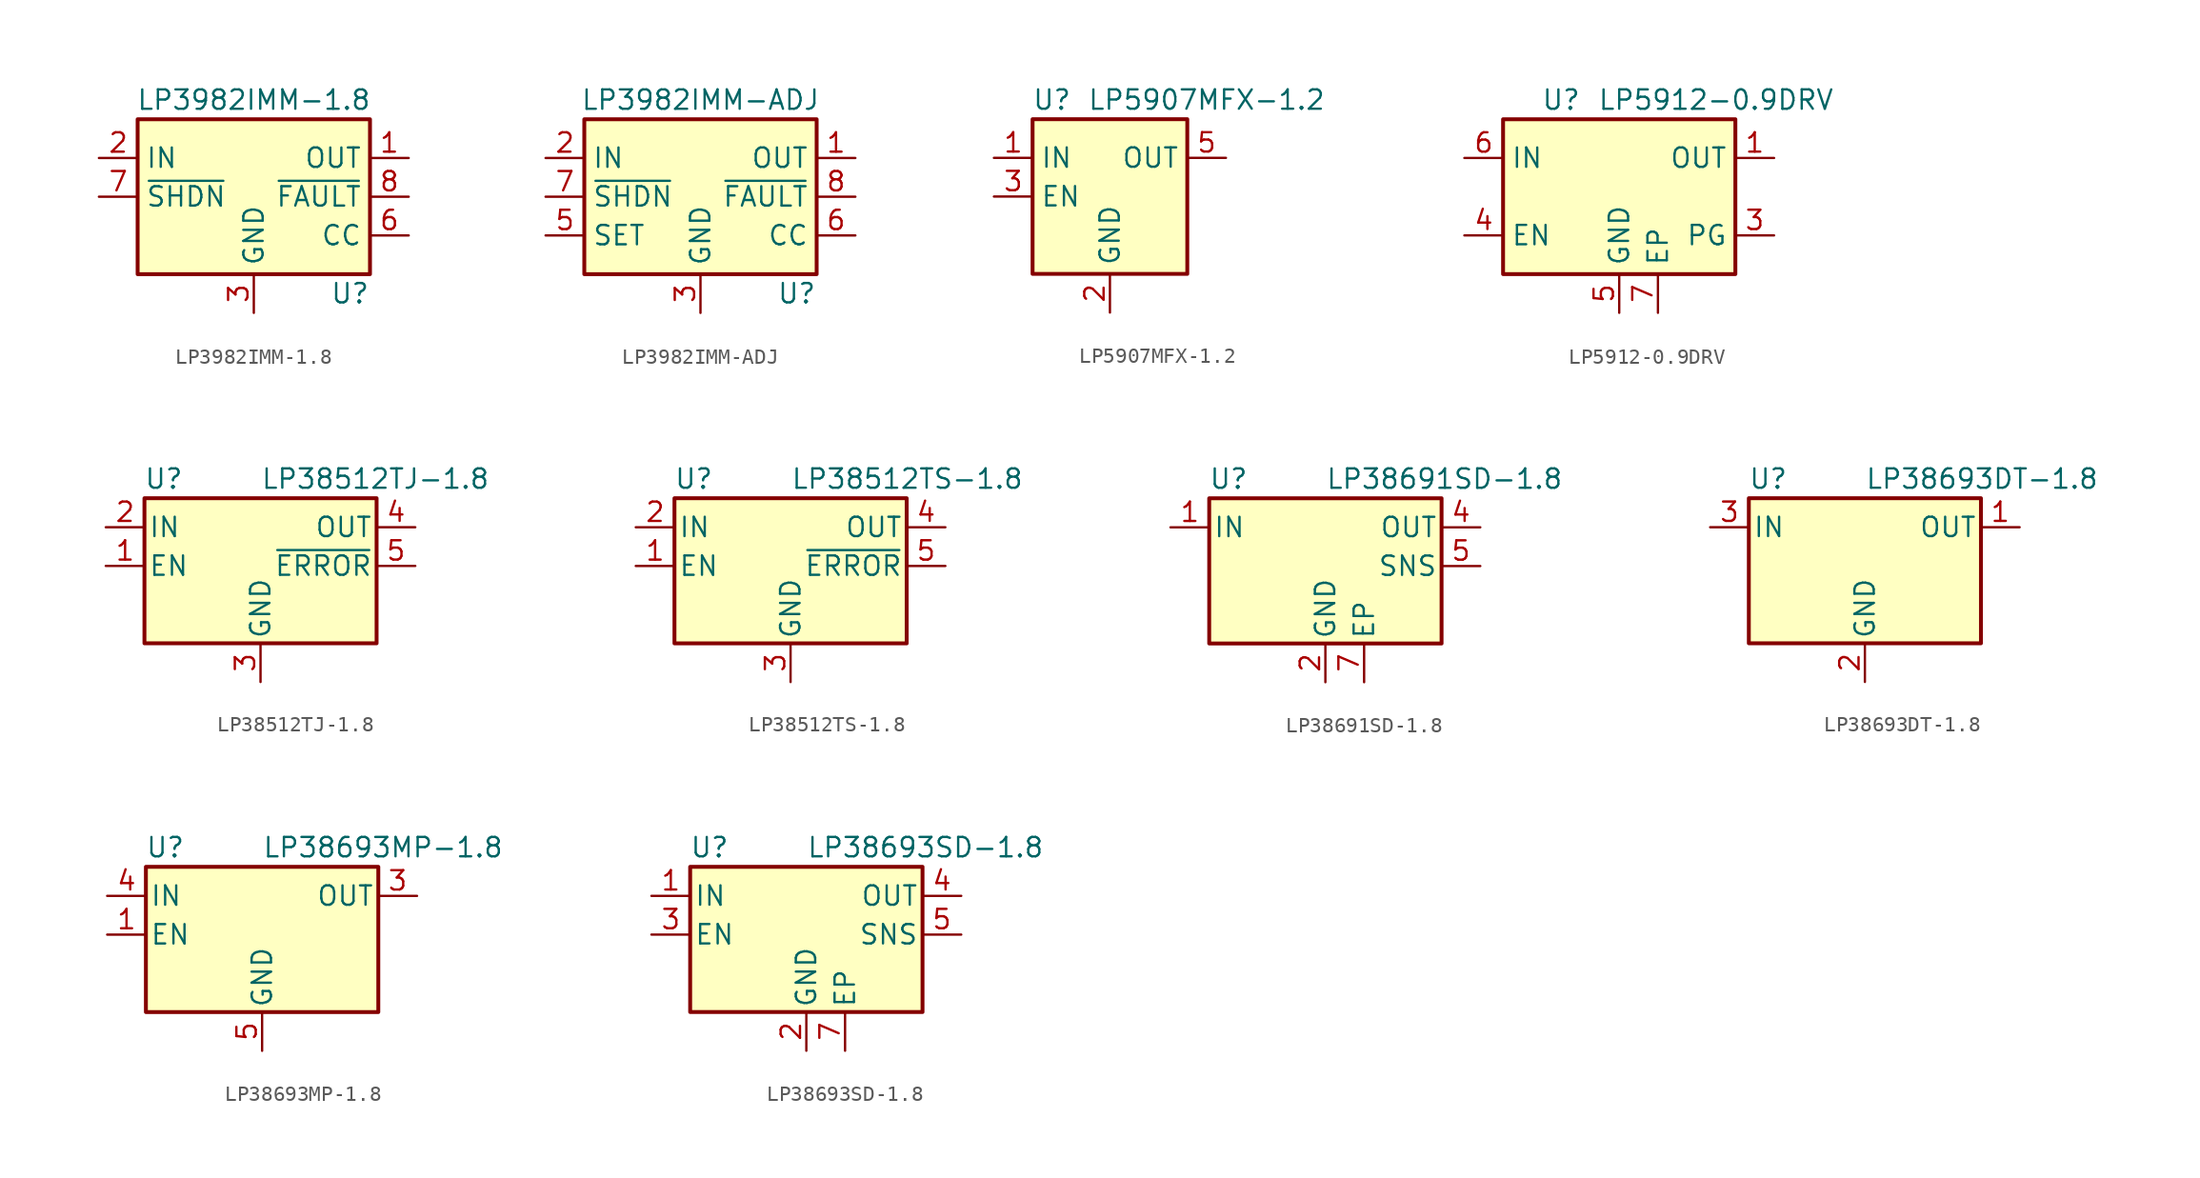
<source format=kicad_sym>
(kicad_symbol_lib
  (version 20241209)
  (generator "kicad_symbol_editor")
  (generator_version "9.0")
  (symbol "LP3982IMM-1.8"
    (property "Reference" "U"
      (at 7.62 -6.35 0)
      (effects (font (size 1.27 1.27)) (justify right)))
    (property "Value" "LP3982IMM-1.8"
      (at 0 6.35 0)
      (effects (font (size 1.27 1.27))))
    (symbol "LP3982IMM-1.8_0_1"
      (rectangle (start -7.62 5.08) (end 7.62 -5.08) (stroke (width 0.254) (type default)) (fill (type background))))
    (symbol "LP3982IMM-1.8_1_1"
      (pin power_in line (at -10.16 2.54 0) (length 2.54) (name "IN" (effects (font (size 1.27 1.27)))) (number "2" (effects (font (size 1.27 1.27)))))
      (pin input line (at -10.16 0 0) (length 2.54) (name "~{SHDN}" (effects (font (size 1.27 1.27)))) (number "7" (effects (font (size 1.27 1.27)))))
      (pin no_connect line (at -7.62 -2.54 0) (length 2.54) (hide yes) (name "NC" (effects (font (size 1.27 1.27)))) (number "5" (effects (font (size 1.27 1.27)))))
      (pin power_in line (at 0 -7.62 90) (length 2.54) (name "GND" (effects (font (size 1.27 1.27)))) (number "3" (effects (font (size 1.27 1.27)))))
      (pin power_out line (at 10.16 2.54 180) (length 2.54) (name "OUT" (effects (font (size 1.27 1.27)))) (number "1" (effects (font (size 1.27 1.27)))))
      (pin passive line (at 10.16 2.54 180) (length 2.54) (hide yes) (name "OUT" (effects (font (size 1.27 1.27)))) (number "4" (effects (font (size 1.27 1.27)))))
      (pin open_collector line (at 10.16 0 180) (length 2.54) (name "~{FAULT}" (effects (font (size 1.27 1.27)))) (number "8" (effects (font (size 1.27 1.27)))))
      (pin passive line (at 10.16 -2.54 180) (length 2.54) (name "CC" (effects (font (size 1.27 1.27)))) (number "6" (effects (font (size 1.27 1.27)))))))
  (symbol "LP3982IMM-ADJ"
    (property "Reference" "U"
      (at 7.62 -6.35 0)
      (effects (font (size 1.27 1.27)) (justify right)))
    (property "Value" "LP3982IMM-ADJ"
      (at 0 6.35 0)
      (effects (font (size 1.27 1.27))))
    (symbol "LP3982IMM-ADJ_0_1"
      (rectangle (start -7.62 5.08) (end 7.62 -5.08) (stroke (width 0.254) (type default)) (fill (type background))))
    (symbol "LP3982IMM-ADJ_1_1"
      (pin power_in line (at -10.16 2.54 0) (length 2.54) (name "IN" (effects (font (size 1.27 1.27)))) (number "2" (effects (font (size 1.27 1.27)))))
      (pin input line (at -10.16 0 0) (length 2.54) (name "~{SHDN}" (effects (font (size 1.27 1.27)))) (number "7" (effects (font (size 1.27 1.27)))))
      (pin passive line (at -10.16 -2.54 0) (length 2.54) (name "SET" (effects (font (size 1.27 1.27)))) (number "5" (effects (font (size 1.27 1.27)))))
      (pin power_in line (at 0 -7.62 90) (length 2.54) (name "GND" (effects (font (size 1.27 1.27)))) (number "3" (effects (font (size 1.27 1.27)))))
      (pin power_out line (at 10.16 2.54 180) (length 2.54) (name "OUT" (effects (font (size 1.27 1.27)))) (number "1" (effects (font (size 1.27 1.27)))))
      (pin passive line (at 10.16 2.54 180) (length 2.54) (hide yes) (name "OUT" (effects (font (size 1.27 1.27)))) (number "4" (effects (font (size 1.27 1.27)))))
      (pin open_collector line (at 10.16 0 180) (length 2.54) (name "~{FAULT}" (effects (font (size 1.27 1.27)))) (number "8" (effects (font (size 1.27 1.27)))))
      (pin passive line (at 10.16 -2.54 180) (length 2.54) (name "CC" (effects (font (size 1.27 1.27)))) (number "6" (effects (font (size 1.27 1.27)))))))
  (symbol "LP5907MFX-1.2"
    (property "Reference" "U"
      (at -3.81 6.35 0)
      (effects (font (size 1.27 1.27))))
    (property "Value" "LP5907MFX-1.2"
      (at 6.35 6.35 0)
      (effects (font (size 1.27 1.27))))
    (symbol "LP5907MFX-1.2_0_1"
      (rectangle (start -5.08 -5.08) (end 5.08 5.08) (stroke (width 0.254) (type default)) (fill (type background)))
      (pin power_in line (at -7.62 2.54 0) (length 2.54) (name "IN" (effects (font (size 1.27 1.27)))) (number "1" (effects (font (size 1.27 1.27)))))
      (pin input line (at -7.62 0 0) (length 2.54) (name "EN" (effects (font (size 1.27 1.27)))) (number "3" (effects (font (size 1.27 1.27)))))
      (pin power_in line (at 0 -7.62 90) (length 2.54) (name "GND" (effects (font (size 1.27 1.27)))) (number "2" (effects (font (size 1.27 1.27)))))
      (pin no_connect line (at 5.08 0 180) (length 2.54) (hide yes) (name "NC" (effects (font (size 1.27 1.27)))) (number "4" (effects (font (size 1.27 1.27)))))
      (pin power_out line (at 7.62 2.54 180) (length 2.54) (name "OUT" (effects (font (size 1.27 1.27)))) (number "5" (effects (font (size 1.27 1.27)))))))
  (symbol "LP5912-0.9DRV"
    (property "Reference" "U"
      (at -3.81 6.35 0)
      (effects (font (size 1.27 1.27))))
    (property "Value" "LP5912-0.9DRV"
      (at 6.35 6.35 0)
      (effects (font (size 1.27 1.27))))
    (symbol "LP5912-0.9DRV_0_1"
      (rectangle (start -7.62 -5.08) (end 7.62 5.08) (stroke (width 0.254) (type default)) (fill (type background)))
      (pin power_in line (at -10.16 2.54 0) (length 2.54) (name "IN" (effects (font (size 1.27 1.27)))) (number "6" (effects (font (size 1.27 1.27)))))
      (pin input line (at -10.16 -2.54 0) (length 2.54) (name "EN" (effects (font (size 1.27 1.27)))) (number "4" (effects (font (size 1.27 1.27)))))
      (pin power_in line (at 0 -7.62 90) (length 2.54) (name "GND" (effects (font (size 1.27 1.27)))) (number "5" (effects (font (size 1.27 1.27)))))
      (pin no_connect line (at 7.62 0 180) (length 2.54) (hide yes) (name "NC" (effects (font (size 1.27 1.27)))) (number "2" (effects (font (size 1.27 1.27)))))
      (pin power_out line (at 10.16 2.54 180) (length 2.54) (name "OUT" (effects (font (size 1.27 1.27)))) (number "1" (effects (font (size 1.27 1.27))))))
    (symbol "LP5912-0.9DRV_1_1"
      (pin passive line (at 2.54 -7.62 90) (length 2.54) (name "EP" (effects (font (size 1.27 1.27)))) (number "7" (effects (font (size 1.27 1.27)))))
      (pin open_collector line (at 10.16 -2.54 180) (length 2.54) (name "PG" (effects (font (size 1.27 1.27)))) (number "3" (effects (font (size 1.27 1.27)))))))
  (symbol "LP38512TJ-1.8"
    (pin_names
      (offset 0.254))
    (property "Reference" "U"
      (at -6.35 5.715 0)
      (effects (font (size 1.27 1.27))))
    (property "Value" "LP38512TJ-1.8"
      (at 0 5.715 0)
      (effects (font (size 1.27 1.27)) (justify left)))
    (symbol "LP38512TJ-1.8_0_1"
      (rectangle (start -7.62 -5.08) (end 7.62 4.445) (stroke (width 0.254) (type default)) (fill (type background))))
    (symbol "LP38512TJ-1.8_1_1"
      (pin power_in line (at -10.16 2.54 0) (length 2.54) (name "IN" (effects (font (size 1.27 1.27)))) (number "2" (effects (font (size 1.27 1.27)))))
      (pin input line (at -10.16 0 0) (length 2.54) (name "EN" (effects (font (size 1.27 1.27)))) (number "1" (effects (font (size 1.27 1.27)))))
      (pin power_in line (at 0 -7.62 90) (length 2.54) (name "GND" (effects (font (size 1.27 1.27)))) (number "3" (effects (font (size 1.27 1.27)))))
      (pin passive line (at 0 -7.62 90) (length 2.54) (hide yes) (name "GND" (effects (font (size 1.27 1.27)))) (number "6" (effects (font (size 1.27 1.27)))))
      (pin power_out line (at 10.16 2.54 180) (length 2.54) (name "OUT" (effects (font (size 1.27 1.27)))) (number "4" (effects (font (size 1.27 1.27)))))
      (pin open_collector line (at 10.16 0 180) (length 2.54) (name "~{ERROR}" (effects (font (size 1.27 1.27)))) (number "5" (effects (font (size 1.27 1.27)))))))
  (symbol "LP38512TS-1.8"
    (pin_names
      (offset 0.254))
    (property "Reference" "U"
      (at -6.35 5.715 0)
      (effects (font (size 1.27 1.27))))
    (property "Value" "LP38512TS-1.8"
      (at 0 5.715 0)
      (effects (font (size 1.27 1.27)) (justify left)))
    (symbol "LP38512TS-1.8_0_1"
      (rectangle (start -7.62 -5.08) (end 7.62 4.445) (stroke (width 0.254) (type default)) (fill (type background))))
    (symbol "LP38512TS-1.8_1_1"
      (pin power_in line (at -10.16 2.54 0) (length 2.54) (name "IN" (effects (font (size 1.27 1.27)))) (number "2" (effects (font (size 1.27 1.27)))))
      (pin input line (at -10.16 0 0) (length 2.54) (name "EN" (effects (font (size 1.27 1.27)))) (number "1" (effects (font (size 1.27 1.27)))))
      (pin power_in line (at 0 -7.62 90) (length 2.54) (name "GND" (effects (font (size 1.27 1.27)))) (number "3" (effects (font (size 1.27 1.27)))))
      (pin passive line (at 0 -7.62 90) (length 2.54) (hide yes) (name "GND" (effects (font (size 1.27 1.27)))) (number "6" (effects (font (size 1.27 1.27)))))
      (pin power_out line (at 10.16 2.54 180) (length 2.54) (name "OUT" (effects (font (size 1.27 1.27)))) (number "4" (effects (font (size 1.27 1.27)))))
      (pin open_collector line (at 10.16 0 180) (length 2.54) (name "~{ERROR}" (effects (font (size 1.27 1.27)))) (number "5" (effects (font (size 1.27 1.27)))))))
  (symbol "LP38691SD-1.8"
    (pin_names
      (offset 0.254))
    (property "Reference" "U"
      (at -6.35 5.715 0)
      (effects (font (size 1.27 1.27))))
    (property "Value" "LP38691SD-1.8"
      (at 0 5.715 0)
      (effects (font (size 1.27 1.27)) (justify left)))
    (symbol "LP38691SD-1.8_0_1"
      (rectangle (start -7.62 -5.08) (end 7.62 4.445) (stroke (width 0.254) (type default)) (fill (type background))))
    (symbol "LP38691SD-1.8_1_1"
      (pin power_in line (at -10.16 2.54 0) (length 2.54) (name "IN" (effects (font (size 1.27 1.27)))) (number "1" (effects (font (size 1.27 1.27)))))
      (pin passive line (at -10.16 2.54 0) (length 2.54) (hide yes) (name "IN" (effects (font (size 1.27 1.27)))) (number "6" (effects (font (size 1.27 1.27)))))
      (pin no_connect line (at -7.62 0 0) (length 2.54) (hide yes) (name "NC" (effects (font (size 1.27 1.27)))) (number "3" (effects (font (size 1.27 1.27)))))
      (pin power_in line (at 0 -7.62 90) (length 2.54) (name "GND" (effects (font (size 1.27 1.27)))) (number "2" (effects (font (size 1.27 1.27)))))
      (pin passive line (at 2.54 -7.62 90) (length 2.54) (name "EP" (effects (font (size 1.27 1.27)))) (number "7" (effects (font (size 1.27 1.27)))))
      (pin power_out line (at 10.16 2.54 180) (length 2.54) (name "OUT" (effects (font (size 1.27 1.27)))) (number "4" (effects (font (size 1.27 1.27)))))
      (pin input line (at 10.16 0 180) (length 2.54) (name "SNS" (effects (font (size 1.27 1.27)))) (number "5" (effects (font (size 1.27 1.27)))))))
  (symbol "LP38693DT-1.8"
    (pin_names
      (offset 0.254))
    (property "Reference" "U"
      (at -6.35 5.715 0)
      (effects (font (size 1.27 1.27))))
    (property "Value" "LP38693DT-1.8"
      (at 0 5.715 0)
      (effects (font (size 1.27 1.27)) (justify left)))
    (symbol "LP38693DT-1.8_0_1"
      (rectangle (start -7.62 -5.08) (end 7.62 4.445) (stroke (width 0.254) (type default)) (fill (type background))))
    (symbol "LP38693DT-1.8_1_1"
      (pin power_in line (at -10.16 2.54 0) (length 2.54) (name "IN" (effects (font (size 1.27 1.27)))) (number "3" (effects (font (size 1.27 1.27)))))
      (pin power_in line (at 0 -7.62 90) (length 2.54) (name "GND" (effects (font (size 1.27 1.27)))) (number "2" (effects (font (size 1.27 1.27)))))
      (pin power_out line (at 10.16 2.54 180) (length 2.54) (name "OUT" (effects (font (size 1.27 1.27)))) (number "1" (effects (font (size 1.27 1.27)))))))
  (symbol "LP38693MP-1.8"
    (pin_names
      (offset 0.254))
    (property "Reference" "U"
      (at -6.35 5.715 0)
      (effects (font (size 1.27 1.27))))
    (property "Value" "LP38693MP-1.8"
      (at 0 5.715 0)
      (effects (font (size 1.27 1.27)) (justify left)))
    (symbol "LP38693MP-1.8_0_1"
      (rectangle (start -7.62 -5.08) (end 7.62 4.445) (stroke (width 0.254) (type default)) (fill (type background))))
    (symbol "LP38693MP-1.8_1_1"
      (pin power_in line (at -10.16 2.54 0) (length 2.54) (name "IN" (effects (font (size 1.27 1.27)))) (number "4" (effects (font (size 1.27 1.27)))))
      (pin input line (at -10.16 0 0) (length 2.54) (name "EN" (effects (font (size 1.27 1.27)))) (number "1" (effects (font (size 1.27 1.27)))))
      (pin power_in line (at 0 -7.62 90) (length 2.54) (name "GND" (effects (font (size 1.27 1.27)))) (number "5" (effects (font (size 1.27 1.27)))))
      (pin no_connect line (at 7.62 0 180) (length 2.54) (hide yes) (name "NC" (effects (font (size 1.27 1.27)))) (number "2" (effects (font (size 1.27 1.27)))))
      (pin power_out line (at 10.16 2.54 180) (length 2.54) (name "OUT" (effects (font (size 1.27 1.27)))) (number "3" (effects (font (size 1.27 1.27)))))))
  (symbol "LP38693SD-1.8"
    (pin_names
      (offset 0.254))
    (property "Reference" "U"
      (at -6.35 5.715 0)
      (effects (font (size 1.27 1.27))))
    (property "Value" "LP38693SD-1.8"
      (at 0 5.715 0)
      (effects (font (size 1.27 1.27)) (justify left)))
    (symbol "LP38693SD-1.8_0_1"
      (rectangle (start -7.62 -5.08) (end 7.62 4.445) (stroke (width 0.254) (type default)) (fill (type background))))
    (symbol "LP38693SD-1.8_1_1"
      (pin power_in line (at -10.16 2.54 0) (length 2.54) (name "IN" (effects (font (size 1.27 1.27)))) (number "1" (effects (font (size 1.27 1.27)))))
      (pin passive line (at -10.16 2.54 0) (length 2.54) (hide yes) (name "IN" (effects (font (size 1.27 1.27)))) (number "6" (effects (font (size 1.27 1.27)))))
      (pin input line (at -10.16 0 0) (length 2.54) (name "EN" (effects (font (size 1.27 1.27)))) (number "3" (effects (font (size 1.27 1.27)))))
      (pin power_in line (at 0 -7.62 90) (length 2.54) (name "GND" (effects (font (size 1.27 1.27)))) (number "2" (effects (font (size 1.27 1.27)))))
      (pin passive line (at 2.54 -7.62 90) (length 2.54) (name "EP" (effects (font (size 1.27 1.27)))) (number "7" (effects (font (size 1.27 1.27)))))
      (pin power_out line (at 10.16 2.54 180) (length 2.54) (name "OUT" (effects (font (size 1.27 1.27)))) (number "4" (effects (font (size 1.27 1.27)))))
      (pin input line (at 10.16 0 180) (length 2.54) (name "SNS" (effects (font (size 1.27 1.27)))) (number "5" (effects (font (size 1.27 1.27))))))))
</source>
